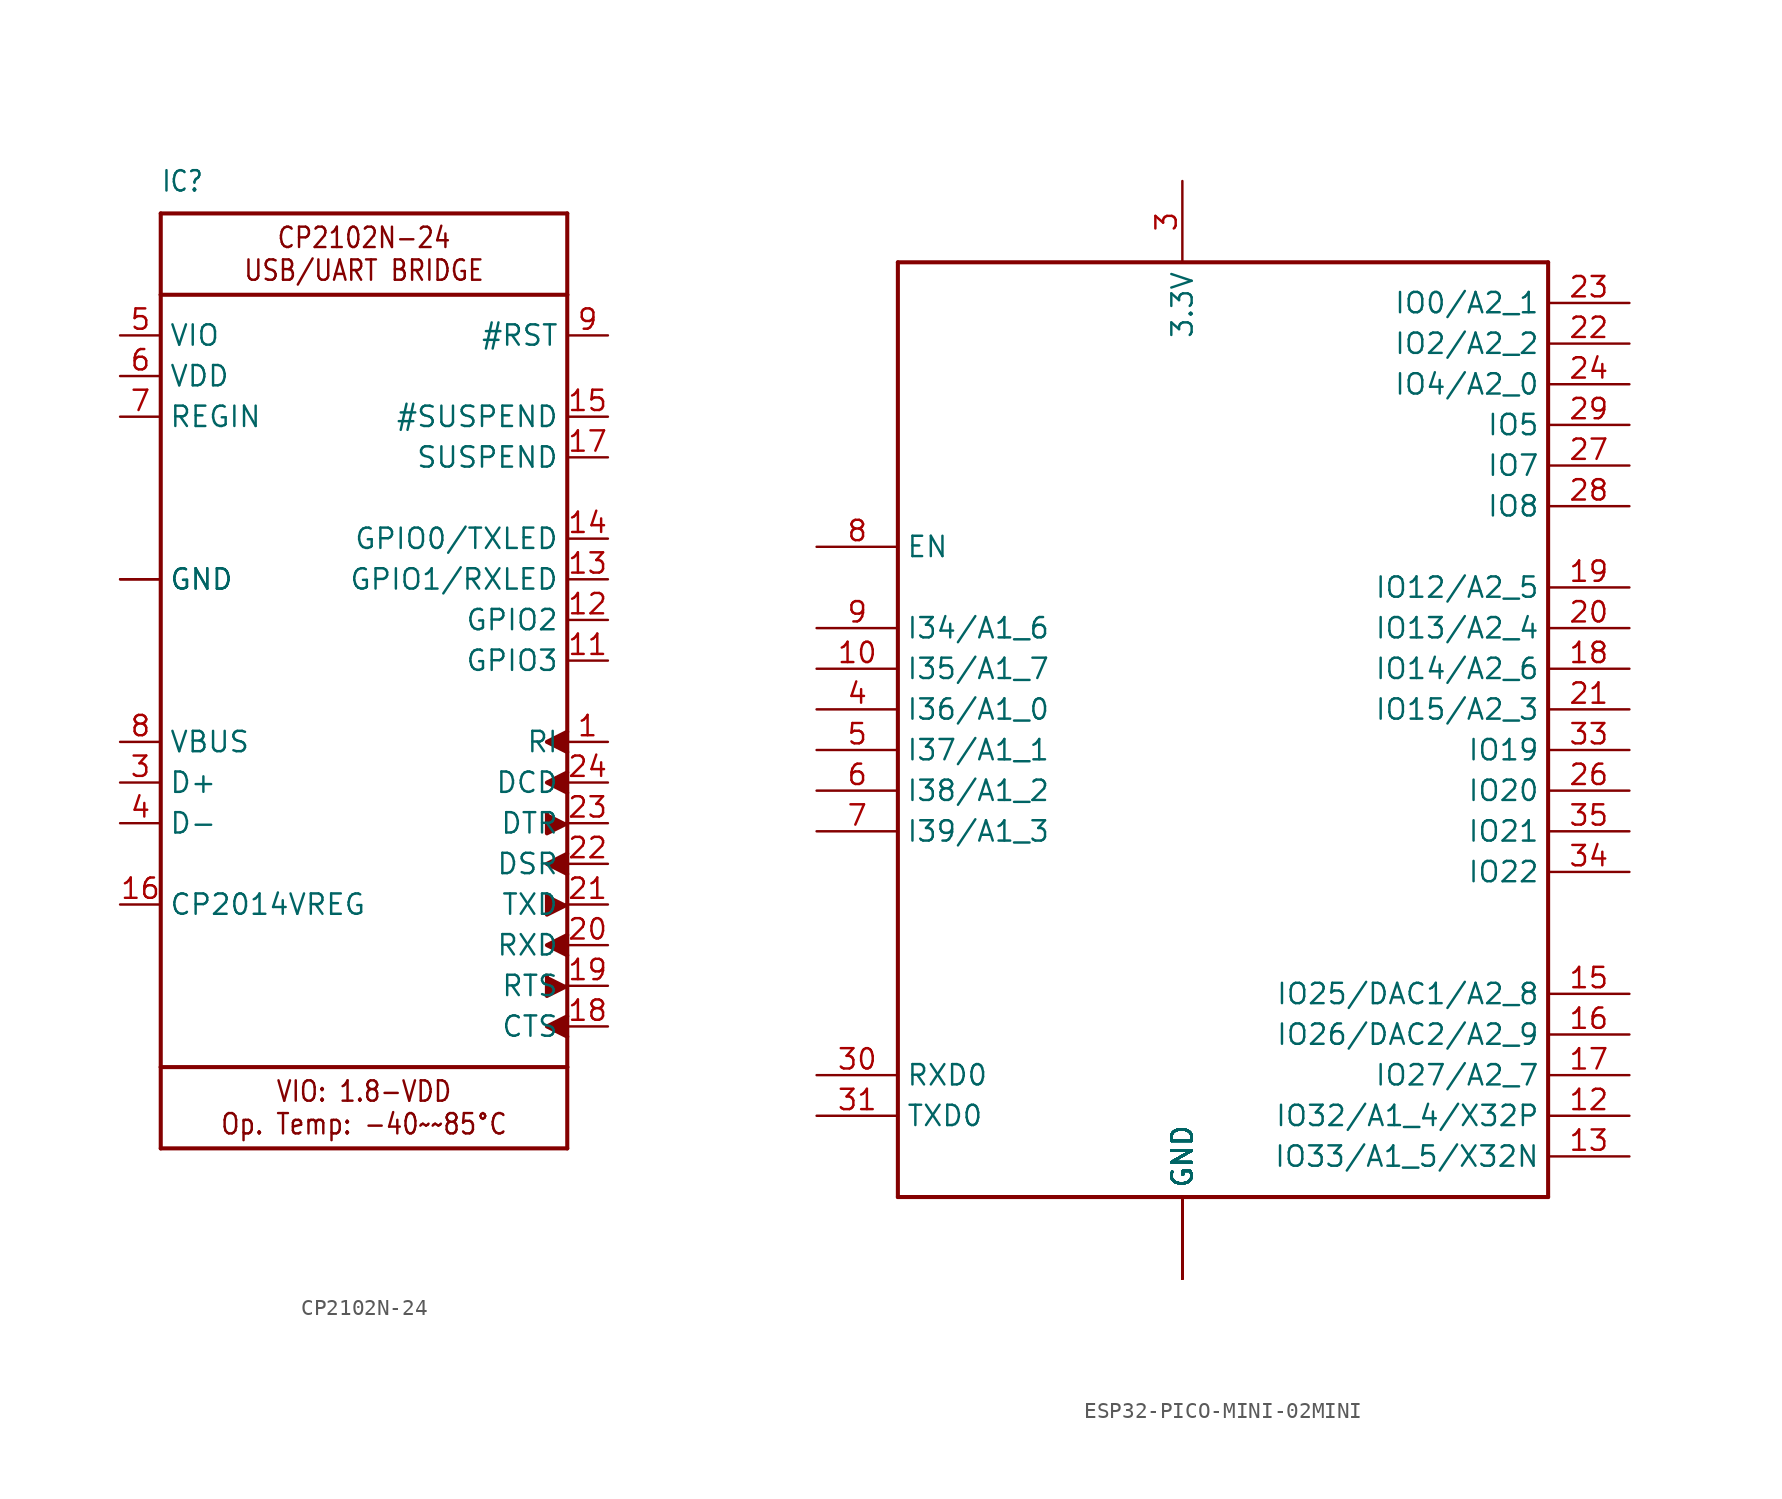
<source format=kicad_sym>
(kicad_symbol_lib
  (version 20231120)
  (generator "kicad_symbol_editor")
  (generator_version "8.0")
  (symbol "CP2102N-24"
    (property "Reference" "IC"
      (at -12.7 29.21 0)
      (effects (font (size 1.27 1.079)) (justify left bottom)))
    (property "Value" ""
      (at -12.7 -33.02 0)
      (effects (font (size 1.27 1.079)) (justify left bottom)))
    (property "ki_locked" ""
      (at 0 0 0)
      (effects (font (size 1.27 1.27))))
    (symbol "CP2102N-24_1_0"
      (polyline (pts (xy -12.7 -30.48) (xy 12.7 -30.48)) (stroke (width 0.254) (type solid)) (fill (type none)))
      (polyline (pts (xy -12.7 -25.4) (xy -12.7 -30.48)) (stroke (width 0.254) (type solid)) (fill (type none)))
      (polyline (pts (xy -12.7 -25.4) (xy -12.7 22.86)) (stroke (width 0.254) (type solid)) (fill (type none)))
      (polyline (pts (xy -12.7 22.86) (xy -12.7 27.94)) (stroke (width 0.254) (type solid)) (fill (type none)))
      (polyline (pts (xy -12.7 22.86) (xy 12.7 22.86)) (stroke (width 0.254) (type solid)) (fill (type none)))
      (polyline (pts (xy -12.7 27.94) (xy 12.7 27.94)) (stroke (width 0.254) (type solid)) (fill (type none)))
      (polyline (pts (xy 12.7 -30.48) (xy 12.7 -25.4)) (stroke (width 0.254) (type solid)) (fill (type none)))
      (polyline (pts (xy 12.7 -25.4) (xy -12.7 -25.4)) (stroke (width 0.254) (type solid)) (fill (type none)))
      (polyline (pts (xy 12.7 22.86) (xy 12.7 -25.4)) (stroke (width 0.254) (type solid)) (fill (type none)))
      (polyline (pts (xy 12.7 27.94) (xy 12.7 22.86)) (stroke (width 0.254) (type solid)) (fill (type none)))
      (polyline (pts (xy 11.43 -19.685) (xy 11.43 -20.955) (xy 12.7 -20.32)) (stroke (width 0.254) (type solid)) (fill (type outline)))
      (polyline (pts (xy 11.43 -14.605) (xy 11.43 -15.875) (xy 12.7 -15.24)) (stroke (width 0.254) (type solid)) (fill (type outline)))
      (polyline (pts (xy 11.43 -9.525) (xy 11.43 -10.795) (xy 12.7 -10.16)) (stroke (width 0.254) (type solid)) (fill (type outline)))
      (polyline (pts (xy 12.7 -22.225) (xy 11.43 -22.86) (xy 12.7 -23.495)) (stroke (width 0.254) (type solid)) (fill (type outline)))
      (polyline (pts (xy 12.7 -17.145) (xy 11.43 -17.78) (xy 12.7 -18.415)) (stroke (width 0.254) (type solid)) (fill (type outline)))
      (polyline (pts (xy 12.7 -12.065) (xy 11.43 -12.7) (xy 12.7 -13.335)) (stroke (width 0.254) (type solid)) (fill (type outline)))
      (polyline (pts (xy 12.7 -6.985) (xy 11.43 -7.62) (xy 12.7 -8.255)) (stroke (width 0.254) (type solid)) (fill (type outline)))
      (polyline (pts (xy 12.7 -4.445) (xy 11.43 -5.08) (xy 12.7 -5.715)) (stroke (width 0.254) (type solid)) (fill (type outline)))
      (text "CP2102N-24\nUSB/UART BRIDGE" (at 0 25.4 0) (effects (font (size 1.27 1.079))))
      (text "VIO: 1.8-VDD\nOp. Temp: -40~~85°C" (at 0 -27.94 0) (effects (font (size 1.27 1.079))))
      (pin input line (at 15.24 -5.08 180) (length 2.54) (name "RI" (effects (font (size 1.27 1.27)))) (number "1" (effects (font (size 1.27 1.27)))))
      (pin bidirectional line (at 15.24 0 180) (length 2.54) (name "GPIO3" (effects (font (size 1.27 1.27)))) (number "11" (effects (font (size 1.27 1.27)))))
      (pin bidirectional line (at 15.24 2.54 180) (length 2.54) (name "GPIO2" (effects (font (size 1.27 1.27)))) (number "12" (effects (font (size 1.27 1.27)))))
      (pin bidirectional line (at 15.24 5.08 180) (length 2.54) (name "GPIO1/RXLED" (effects (font (size 1.27 1.27)))) (number "13" (effects (font (size 1.27 1.27)))))
      (pin bidirectional line (at 15.24 7.62 180) (length 2.54) (name "GPIO0/TXLED" (effects (font (size 1.27 1.27)))) (number "14" (effects (font (size 1.27 1.27)))))
      (pin output line (at 15.24 15.24 180) (length 2.54) (name "#SUSPEND" (effects (font (size 1.27 1.27)))) (number "15" (effects (font (size 1.27 1.27)))))
      (pin passive line (at -15.24 -15.24 0) (length 2.54) (name "CP2014VREG" (effects (font (size 1.27 1.27)))) (number "16" (effects (font (size 1.27 1.27)))))
      (pin output line (at 15.24 12.7 180) (length 2.54) (name "SUSPEND" (effects (font (size 1.27 1.27)))) (number "17" (effects (font (size 1.27 1.27)))))
      (pin input line (at 15.24 -22.86 180) (length 2.54) (name "CTS" (effects (font (size 1.27 1.27)))) (number "18" (effects (font (size 1.27 1.27)))))
      (pin output line (at 15.24 -20.32 180) (length 2.54) (name "RTS" (effects (font (size 1.27 1.27)))) (number "19" (effects (font (size 1.27 1.27)))))
      (pin power_in line (at -15.24 5.08 0) (length 2.54) (name "GND" (effects (font (size 1.27 1.27)))) (number "2" (effects (font (size 0 0)))))
      (pin input line (at 15.24 -17.78 180) (length 2.54) (name "RXD" (effects (font (size 1.27 1.27)))) (number "20" (effects (font (size 1.27 1.27)))))
      (pin output line (at 15.24 -15.24 180) (length 2.54) (name "TXD" (effects (font (size 1.27 1.27)))) (number "21" (effects (font (size 1.27 1.27)))))
      (pin input line (at 15.24 -12.7 180) (length 2.54) (name "DSR" (effects (font (size 1.27 1.27)))) (number "22" (effects (font (size 1.27 1.27)))))
      (pin output line (at 15.24 -10.16 180) (length 2.54) (name "DTR" (effects (font (size 1.27 1.27)))) (number "23" (effects (font (size 1.27 1.27)))))
      (pin input line (at 15.24 -7.62 180) (length 2.54) (name "DCD" (effects (font (size 1.27 1.27)))) (number "24" (effects (font (size 1.27 1.27)))))
      (pin bidirectional line (at -15.24 -7.62 0) (length 2.54) (name "D+" (effects (font (size 1.27 1.27)))) (number "3" (effects (font (size 1.27 1.27)))))
      (pin bidirectional line (at -15.24 -10.16 0) (length 2.54) (name "D-" (effects (font (size 1.27 1.27)))) (number "4" (effects (font (size 1.27 1.27)))))
      (pin power_in line (at -15.24 20.32 0) (length 2.54) (name "VIO" (effects (font (size 1.27 1.27)))) (number "5" (effects (font (size 1.27 1.27)))))
      (pin power_in line (at -15.24 17.78 0) (length 2.54) (name "VDD" (effects (font (size 1.27 1.27)))) (number "6" (effects (font (size 1.27 1.27)))))
      (pin power_in line (at -15.24 15.24 0) (length 2.54) (name "REGIN" (effects (font (size 1.27 1.27)))) (number "7" (effects (font (size 1.27 1.27)))))
      (pin power_in line (at -15.24 -5.08 0) (length 2.54) (name "VBUS" (effects (font (size 1.27 1.27)))) (number "8" (effects (font (size 1.27 1.27)))))
      (pin bidirectional line (at 15.24 20.32 180) (length 2.54) (name "#RST" (effects (font (size 1.27 1.27)))) (number "9" (effects (font (size 1.27 1.27)))))
      (pin power_in line (at -15.24 5.08 0) (length 2.54) (name "GND" (effects (font (size 1.27 1.27)))) (number "THERM" (effects (font (size 0 0)))))))
  (symbol "ESP32-PICO-MINI-02MINI"
    (property "Reference" "X"
      (at 0 0 0)
      (effects (font (size 1.27 1.27)) (hide yes)))
    (property "ki_locked" ""
      (at 0 0 0)
      (effects (font (size 1.27 1.27))))
    (symbol "ESP32-PICO-MINI-02MINI_1_0"
      (polyline (pts (xy -17.78 -22.86) (xy -17.78 35.56)) (stroke (width 0.254) (type solid)) (fill (type none)))
      (polyline (pts (xy -17.78 35.56) (xy 22.86 35.56)) (stroke (width 0.254) (type solid)) (fill (type none)))
      (polyline (pts (xy 22.86 -22.86) (xy -17.78 -22.86)) (stroke (width 0.254) (type solid)) (fill (type none)))
      (polyline (pts (xy 22.86 35.56) (xy 22.86 -22.86)) (stroke (width 0.254) (type solid)) (fill (type none)))
      (pin passive line (at 0 -27.94 90) (length 5.08) (name "GND" (effects (font (size 1.27 1.27)))) (number "1" (effects (font (size 0 0)))))
      (pin input line (at -22.86 10.16 0) (length 5.08) (name "I35/A1_7" (effects (font (size 1.27 1.27)))) (number "10" (effects (font (size 1.27 1.27)))))
      (pin passive line (at 0 -27.94 90) (length 5.08) (name "GND" (effects (font (size 1.27 1.27)))) (number "11" (effects (font (size 0 0)))))
      (pin bidirectional line (at 27.94 -17.78 180) (length 5.08) (name "IO32/A1_4/X32P" (effects (font (size 1.27 1.27)))) (number "12" (effects (font (size 1.27 1.27)))))
      (pin bidirectional line (at 27.94 -20.32 180) (length 5.08) (name "IO33/A1_5/X32N" (effects (font (size 1.27 1.27)))) (number "13" (effects (font (size 1.27 1.27)))))
      (pin passive line (at 0 -27.94 90) (length 5.08) (name "GND" (effects (font (size 1.27 1.27)))) (number "14" (effects (font (size 0 0)))))
      (pin bidirectional line (at 27.94 -10.16 180) (length 5.08) (name "IO25/DAC1/A2_8" (effects (font (size 1.27 1.27)))) (number "15" (effects (font (size 1.27 1.27)))))
      (pin bidirectional line (at 27.94 -12.7 180) (length 5.08) (name "IO26/DAC2/A2_9" (effects (font (size 1.27 1.27)))) (number "16" (effects (font (size 1.27 1.27)))))
      (pin bidirectional line (at 27.94 -15.24 180) (length 5.08) (name "IO27/A2_7" (effects (font (size 1.27 1.27)))) (number "17" (effects (font (size 1.27 1.27)))))
      (pin bidirectional line (at 27.94 10.16 180) (length 5.08) (name "IO14/A2_6" (effects (font (size 1.27 1.27)))) (number "18" (effects (font (size 1.27 1.27)))))
      (pin bidirectional line (at 27.94 15.24 180) (length 5.08) (name "IO12/A2_5" (effects (font (size 1.27 1.27)))) (number "19" (effects (font (size 1.27 1.27)))))
      (pin passive line (at 0 -27.94 90) (length 5.08) (name "GND" (effects (font (size 1.27 1.27)))) (number "2" (effects (font (size 0 0)))))
      (pin bidirectional line (at 27.94 12.7 180) (length 5.08) (name "IO13/A2_4" (effects (font (size 1.27 1.27)))) (number "20" (effects (font (size 1.27 1.27)))))
      (pin bidirectional line (at 27.94 7.62 180) (length 5.08) (name "IO15/A2_3" (effects (font (size 1.27 1.27)))) (number "21" (effects (font (size 1.27 1.27)))))
      (pin bidirectional line (at 27.94 30.48 180) (length 5.08) (name "IO2/A2_2" (effects (font (size 1.27 1.27)))) (number "22" (effects (font (size 1.27 1.27)))))
      (pin bidirectional line (at 27.94 33.02 180) (length 5.08) (name "IO0/A2_1" (effects (font (size 1.27 1.27)))) (number "23" (effects (font (size 1.27 1.27)))))
      (pin bidirectional line (at 27.94 27.94 180) (length 5.08) (name "IO4/A2_0" (effects (font (size 1.27 1.27)))) (number "24" (effects (font (size 1.27 1.27)))))
      (pin bidirectional line (at 27.94 2.54 180) (length 5.08) (name "IO20" (effects (font (size 1.27 1.27)))) (number "26" (effects (font (size 1.27 1.27)))))
      (pin bidirectional line (at 27.94 22.86 180) (length 5.08) (name "IO7" (effects (font (size 1.27 1.27)))) (number "27" (effects (font (size 1.27 1.27)))))
      (pin bidirectional line (at 27.94 20.32 180) (length 5.08) (name "IO8" (effects (font (size 1.27 1.27)))) (number "28" (effects (font (size 1.27 1.27)))))
      (pin bidirectional line (at 27.94 25.4 180) (length 5.08) (name "IO5" (effects (font (size 1.27 1.27)))) (number "29" (effects (font (size 1.27 1.27)))))
      (pin passive line (at 0 40.64 270) (length 5.08) (name "3.3V" (effects (font (size 1.27 1.27)))) (number "3" (effects (font (size 1.27 1.27)))))
      (pin input line (at -22.86 -15.24 0) (length 5.08) (name "RXD0" (effects (font (size 1.27 1.27)))) (number "30" (effects (font (size 1.27 1.27)))))
      (pin output line (at -22.86 -17.78 0) (length 5.08) (name "TXD0" (effects (font (size 1.27 1.27)))) (number "31" (effects (font (size 1.27 1.27)))))
      (pin bidirectional line (at 27.94 5.08 180) (length 5.08) (name "IO19" (effects (font (size 1.27 1.27)))) (number "33" (effects (font (size 1.27 1.27)))))
      (pin bidirectional line (at 27.94 -2.54 180) (length 5.08) (name "IO22" (effects (font (size 1.27 1.27)))) (number "34" (effects (font (size 1.27 1.27)))))
      (pin bidirectional line (at 27.94 0 180) (length 5.08) (name "IO21" (effects (font (size 1.27 1.27)))) (number "35" (effects (font (size 1.27 1.27)))))
      (pin passive line (at 0 -27.94 90) (length 5.08) (name "GND" (effects (font (size 1.27 1.27)))) (number "36" (effects (font (size 0 0)))))
      (pin passive line (at 0 -27.94 90) (length 5.08) (name "GND" (effects (font (size 1.27 1.27)))) (number "37" (effects (font (size 0 0)))))
      (pin passive line (at 0 -27.94 90) (length 5.08) (name "GND" (effects (font (size 1.27 1.27)))) (number "38" (effects (font (size 0 0)))))
      (pin passive line (at 0 -27.94 90) (length 5.08) (name "GND" (effects (font (size 1.27 1.27)))) (number "39" (effects (font (size 0 0)))))
      (pin input line (at -22.86 7.62 0) (length 5.08) (name "I36/A1_0" (effects (font (size 1.27 1.27)))) (number "4" (effects (font (size 1.27 1.27)))))
      (pin passive line (at 0 -27.94 90) (length 5.08) (name "GND" (effects (font (size 1.27 1.27)))) (number "40" (effects (font (size 0 0)))))
      (pin passive line (at 0 -27.94 90) (length 5.08) (name "GND" (effects (font (size 1.27 1.27)))) (number "41" (effects (font (size 0 0)))))
      (pin passive line (at 0 -27.94 90) (length 5.08) (name "GND" (effects (font (size 1.27 1.27)))) (number "42" (effects (font (size 0 0)))))
      (pin passive line (at 0 -27.94 90) (length 5.08) (name "GND" (effects (font (size 1.27 1.27)))) (number "43" (effects (font (size 0 0)))))
      (pin passive line (at 0 -27.94 90) (length 5.08) (name "GND" (effects (font (size 1.27 1.27)))) (number "44" (effects (font (size 0 0)))))
      (pin passive line (at 0 -27.94 90) (length 5.08) (name "GND" (effects (font (size 1.27 1.27)))) (number "45" (effects (font (size 0 0)))))
      (pin passive line (at 0 -27.94 90) (length 5.08) (name "GND" (effects (font (size 1.27 1.27)))) (number "46" (effects (font (size 0 0)))))
      (pin passive line (at 0 -27.94 90) (length 5.08) (name "GND" (effects (font (size 1.27 1.27)))) (number "47" (effects (font (size 0 0)))))
      (pin passive line (at 0 -27.94 90) (length 5.08) (name "GND" (effects (font (size 1.27 1.27)))) (number "48" (effects (font (size 0 0)))))
      (pin passive line (at 0 -27.94 90) (length 5.08) (name "GND" (effects (font (size 1.27 1.27)))) (number "49" (effects (font (size 0 0)))))
      (pin input line (at -22.86 5.08 0) (length 5.08) (name "I37/A1_1" (effects (font (size 1.27 1.27)))) (number "5" (effects (font (size 1.27 1.27)))))
      (pin passive line (at 0 -27.94 90) (length 5.08) (name "GND" (effects (font (size 1.27 1.27)))) (number "50" (effects (font (size 0 0)))))
      (pin passive line (at 0 -27.94 90) (length 5.08) (name "GND" (effects (font (size 1.27 1.27)))) (number "51" (effects (font (size 0 0)))))
      (pin passive line (at 0 -27.94 90) (length 5.08) (name "GND" (effects (font (size 1.27 1.27)))) (number "52" (effects (font (size 0 0)))))
      (pin passive line (at 0 -27.94 90) (length 5.08) (name "GND" (effects (font (size 1.27 1.27)))) (number "53" (effects (font (size 0 0)))))
      (pin passive line (at 0 -27.94 90) (length 5.08) (name "GND" (effects (font (size 1.27 1.27)))) (number "54" (effects (font (size 0 0)))))
      (pin passive line (at 0 -27.94 90) (length 5.08) (name "GND" (effects (font (size 1.27 1.27)))) (number "55" (effects (font (size 0 0)))))
      (pin passive line (at 0 -27.94 90) (length 5.08) (name "GND" (effects (font (size 1.27 1.27)))) (number "56" (effects (font (size 0 0)))))
      (pin passive line (at 0 -27.94 90) (length 5.08) (name "GND" (effects (font (size 1.27 1.27)))) (number "57" (effects (font (size 0 0)))))
      (pin passive line (at 0 -27.94 90) (length 5.08) (name "GND" (effects (font (size 1.27 1.27)))) (number "58" (effects (font (size 0 0)))))
      (pin passive line (at 0 -27.94 90) (length 5.08) (name "GND" (effects (font (size 1.27 1.27)))) (number "59" (effects (font (size 0 0)))))
      (pin input line (at -22.86 2.54 0) (length 5.08) (name "I38/A1_2" (effects (font (size 1.27 1.27)))) (number "6" (effects (font (size 1.27 1.27)))))
      (pin passive line (at 0 -27.94 90) (length 5.08) (name "GND" (effects (font (size 1.27 1.27)))) (number "60" (effects (font (size 0 0)))))
      (pin passive line (at 0 -27.94 90) (length 5.08) (name "GND" (effects (font (size 1.27 1.27)))) (number "61" (effects (font (size 0 0)))))
      (pin input line (at -22.86 0 0) (length 5.08) (name "I39/A1_3" (effects (font (size 1.27 1.27)))) (number "7" (effects (font (size 1.27 1.27)))))
      (pin input line (at -22.86 17.78 0) (length 5.08) (name "EN" (effects (font (size 1.27 1.27)))) (number "8" (effects (font (size 1.27 1.27)))))
      (pin input line (at -22.86 12.7 0) (length 5.08) (name "I34/A1_6" (effects (font (size 1.27 1.27)))) (number "9" (effects (font (size 1.27 1.27))))))))
</source>
